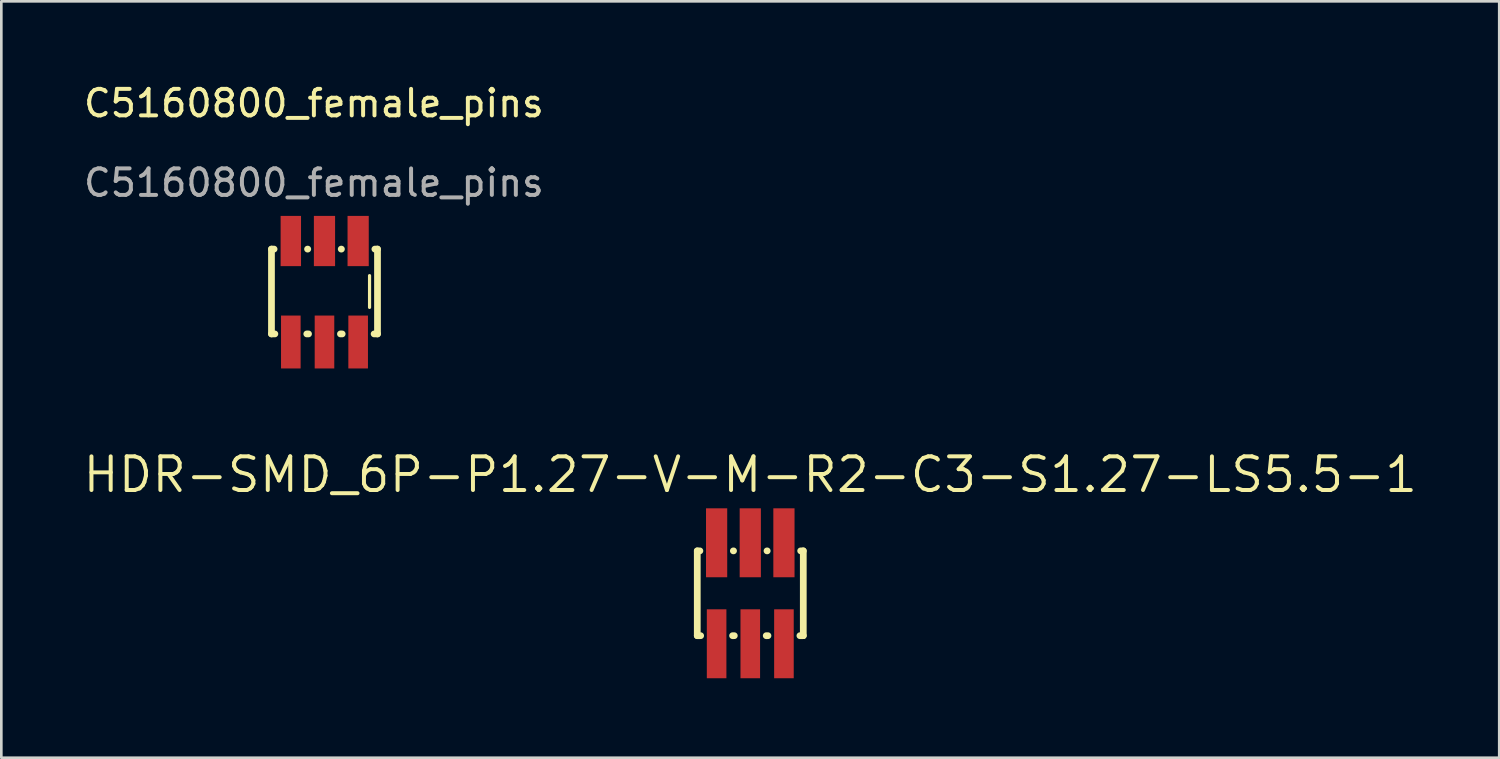
<source format=kicad_pcb>
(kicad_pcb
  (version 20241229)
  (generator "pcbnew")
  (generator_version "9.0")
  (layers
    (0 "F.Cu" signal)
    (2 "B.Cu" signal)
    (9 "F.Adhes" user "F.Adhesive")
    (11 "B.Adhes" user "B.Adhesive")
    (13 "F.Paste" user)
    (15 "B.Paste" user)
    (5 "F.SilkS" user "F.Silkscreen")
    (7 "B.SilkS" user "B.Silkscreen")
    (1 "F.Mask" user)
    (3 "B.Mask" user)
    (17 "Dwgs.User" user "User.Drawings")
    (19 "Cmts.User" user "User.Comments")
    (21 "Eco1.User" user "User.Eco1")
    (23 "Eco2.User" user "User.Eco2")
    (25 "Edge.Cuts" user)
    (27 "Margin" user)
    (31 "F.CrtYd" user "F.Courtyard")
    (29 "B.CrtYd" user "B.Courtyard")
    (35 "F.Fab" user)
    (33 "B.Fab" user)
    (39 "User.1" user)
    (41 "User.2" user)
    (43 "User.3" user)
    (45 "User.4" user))
  (footprint "C5160800_female_pins"
    (layer "F.Cu")
    (at 8.792 1.348)
    (property "Reference" "C5160800_female_pins" (at 0 -0.5 0) (unlocked yes) (layer "F.SilkS") (effects (font (size 1 1) (thickness 0.15))))
    (attr smd)
    (fp_line (start -1.6 5) (end -1.6 8.2) (stroke (width 0.254) (type solid)) (layer "F.SilkS"))
    (fp_line (start -1.6 8.2) (end -1.472 8.2) (stroke (width 0.254) (type solid)) (layer "F.SilkS"))
    (fp_line (start -1.501 5) (end -1.6 5) (stroke (width 0.254) (type solid)) (layer "F.SilkS"))
    (fp_line (start -0.268 8.2) (end -0.202 8.2) (stroke (width 0.254) (type solid)) (layer "F.SilkS"))
    (fp_line (start -0.231 5) (end -0.239 5) (stroke (width 0.254) (type solid)) (layer "F.SilkS"))
    (fp_line (start 1.002 8.2) (end 1.068 8.2) (stroke (width 0.254) (type solid)) (layer "F.SilkS"))
    (fp_line (start 1.039 5) (end 1.031 5) (stroke (width 0.254) (type solid)) (layer "F.SilkS"))
    (fp_line (start 2.1 6) (end 2.1 7.2) (stroke (width 0.12) (type solid)) (layer "F.SilkS"))
    (fp_line (start 2.272 8.2) (end 2.4 8.2) (stroke (width 0.254) (type solid)) (layer "F.SilkS"))
    (fp_line (start 2.4 5) (end 2.301 5) (stroke (width 0.254) (type solid)) (layer "F.SilkS"))
    (fp_line (start 2.4 8.2) (end 2.4 5) (stroke (width 0.254) (type solid)) (layer "F.SilkS"))
    (fp_text user "" (at 0.4 6.6 0) (layer "Cmts.User") (effects (font (size 1 1) (thickness 0.15))))
    (fp_text user "${REFERENCE}" (at 0 2.5 0) (unlocked yes) (layer "F.Fab") (effects (font (size 1 1) (thickness 0.15))))
    (pad "1" smd rect (at -0.87 8.505 90) (size 1.996 0.739) (layers "F.Cu" "F.Mask" "F.Paste"))
    (pad "2" smd rect (at -0.87 4.695 90) (size 1.895 0.77) (layers "F.Cu" "F.Mask" "F.Paste"))
    (pad "3" smd rect (at 0.4 8.505 90) (size 1.996 0.739) (layers "F.Cu" "F.Mask" "F.Paste"))
    (pad "4" smd rect (at 0.4 4.695 90) (size 1.895 0.8) (layers "F.Cu" "F.Mask" "F.Paste"))
    (pad "5" smd rect (at 1.67 8.505 90) (size 1.996 0.74) (layers "F.Cu" "F.Mask" "F.Paste"))
    (pad "6" smd rect (at 1.67 4.695 90) (size 1.895 0.8) (layers "F.Cu" "F.Mask" "F.Paste")))
  (footprint "HDR-SMD_6P-P1.27-V-M-R2-C3-S1.27-LS5.5-1"
    (layer "F.Cu")
    (at 25.256 19.333)
    (property "Reference" "HDR-SMD_6P-P1.27-V-M-R2-C3-S1.27-LS5.5-1" (at 0 -4.476 0) (layer "F.SilkS") (effects (font (size 1.27 1.27) (thickness 0.15))))
    (attr smd)
    (fp_line (start -2 -1.6) (end -2 1.6) (stroke (width 0.254) (type solid)) (layer "F.SilkS"))
    (fp_line (start -2 1.6) (end -1.872 1.6) (stroke (width 0.254) (type solid)) (layer "F.SilkS"))
    (fp_line (start -1.901 -1.6) (end -2 -1.6) (stroke (width 0.254) (type solid)) (layer "F.SilkS"))
    (fp_line (start -0.668 1.6) (end -0.602 1.6) (stroke (width 0.254) (type solid)) (layer "F.SilkS"))
    (fp_line (start -0.631 -1.6) (end -0.639 -1.6) (stroke (width 0.254) (type solid)) (layer "F.SilkS"))
    (fp_line (start 0.602 1.6) (end 0.668 1.6) (stroke (width 0.254) (type solid)) (layer "F.SilkS"))
    (fp_line (start 0.639 -1.6) (end 0.631 -1.6) (stroke (width 0.254) (type solid)) (layer "F.SilkS"))
    (fp_line (start 1.872 1.6) (end 2 1.6) (stroke (width 0.254) (type solid)) (layer "F.SilkS"))
    (fp_line (start 2 -1.6) (end 1.901 -1.6) (stroke (width 0.254) (type solid)) (layer "F.SilkS"))
    (fp_line (start 2 1.6) (end 2 -1.6) (stroke (width 0.254) (type solid)) (layer "F.SilkS"))
    (fp_text user "" (at 0 0 0) (layer "Cmts.User") (effects (font (size 1 1) (thickness 0.15))))
    (pad "1" smd rect (at -1.27 1.905 90) (size 2.601 0.739) (layers "F.Cu" "F.Mask" "F.Paste"))
    (pad "2" smd rect (at -1.27 -1.905 90) (size 2.601 0.8) (layers "F.Cu" "F.Mask" "F.Paste"))
    (pad "3" smd rect (at 0 1.905 90) (size 2.601 0.739) (layers "F.Cu" "F.Mask" "F.Paste"))
    (pad "4" smd rect (at 0 -1.905 90) (size 2.601 0.8) (layers "F.Cu" "F.Mask" "F.Paste"))
    (pad "5" smd rect (at 1.27 1.905 90) (size 2.601 0.739) (layers "F.Cu" "F.Mask" "F.Paste"))
    (pad "6" smd rect (at 1.27 -1.905 90) (size 2.601 0.8) (layers "F.Cu" "F.Mask" "F.Paste")))
  (gr_rect
    (start -3 -3)
    (end 53.512 25.538)
    (stroke (width 0.1) (type default))
    (fill no)
    (layer "Edge.Cuts")))
</source>
